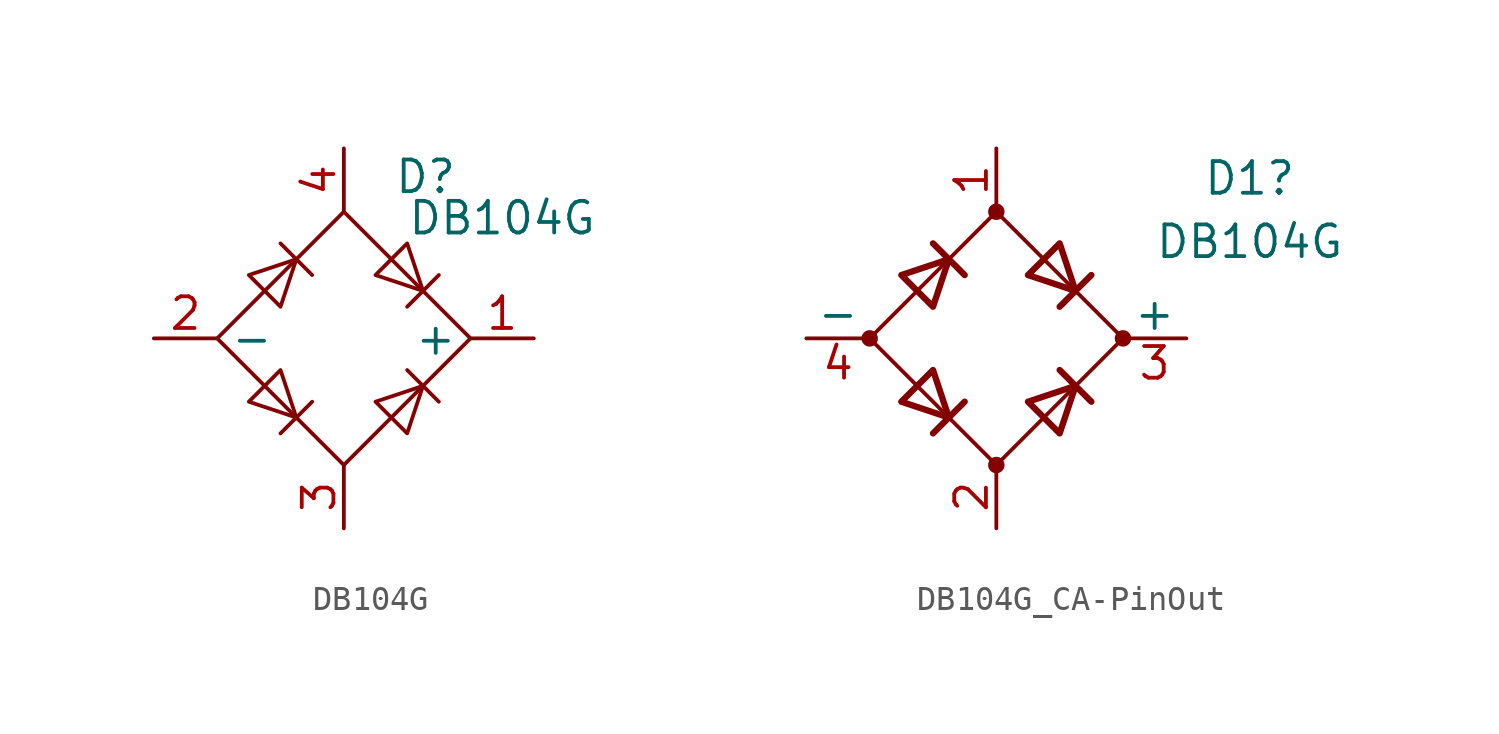
<source format=kicad_sym>
(kicad_symbol_lib
  (version 20241209)
  (generator "kicad_symbol_editor")
  (generator_version "9.0")
  (symbol "DB104G"
    (property "Reference" "D"
      (at 3.278 6.484 0)
      (effects (font (size 1.27 1.27))))
    (property "Value" "DB104G"
      (at 6.35 4.826 0)
      (effects (font (size 1.27 1.27))))
    (symbol "DB104G_0_1"
      (polyline (pts (xy -5.08 0) (xy 0 -5.08) (xy 5.08 0) (xy 0 5.08) (xy -5.08 0)) (stroke (width 0) (type default)) (fill (type none)))
      (polyline (pts (xy -3.81 2.54) (xy -2.54 1.27) (xy -1.905 3.175) (xy -3.81 2.54)) (stroke (width 0) (type default)) (fill (type none)))
      (polyline (pts (xy -2.54 3.81) (xy -1.27 2.54)) (stroke (width 0) (type default)) (fill (type none)))
      (polyline (pts (xy -2.54 -1.27) (xy -3.81 -2.54) (xy -1.905 -3.175) (xy -2.54 -1.27)) (stroke (width 0) (type default)) (fill (type none)))
      (polyline (pts (xy -1.27 -2.54) (xy -2.54 -3.81)) (stroke (width 0) (type default)) (fill (type none)))
      (polyline (pts (xy 1.27 2.54) (xy 2.54 3.81) (xy 3.175 1.905) (xy 1.27 2.54)) (stroke (width 0) (type default)) (fill (type none)))
      (polyline (pts (xy 2.54 1.27) (xy 3.81 2.54)) (stroke (width 0) (type default)) (fill (type none)))
      (polyline (pts (xy 2.54 -1.27) (xy 3.81 -2.54)) (stroke (width 0) (type default)) (fill (type none)))
      (polyline (pts (xy 3.175 -1.905) (xy 1.27 -2.54) (xy 2.54 -3.81) (xy 3.175 -1.905)) (stroke (width 0) (type default)) (fill (type none))))
    (symbol "DB104G_1_1"
      (pin passive line (at -7.62 0 0) (length 2.54) (name "-" (effects (font (size 1.27 1.27)))) (number "2" (effects (font (size 1.27 1.27)))))
      (pin passive line (at 0 7.62 270) (length 2.54) (name "~" (effects (font (size 1.27 1.27)))) (number "4" (effects (font (size 1.27 1.27)))))
      (pin passive line (at 0 -7.62 90) (length 2.54) (name "~" (effects (font (size 1.27 1.27)))) (number "3" (effects (font (size 1.27 1.27)))))
      (pin passive line (at 7.62 0 180) (length 2.54) (name "+" (effects (font (size 1.27 1.27)))) (number "1" (effects (font (size 1.27 1.27)))))))
  (symbol "DB104G_CA-PinOut"
    (pin_names
      (offset 0))
    (property "Reference" "D1"
      (at 10.16 6.42 0)
      (effects (font (size 1.27 1.27))))
    (property "Value" "DB104G"
      (at 10.16 3.88 0)
      (effects (font (size 1.27 1.27))))
    (symbol "DB104G_CA-PinOut_0_1"
      (circle (center -5.08 0) (radius 0.254) (stroke (width 0) (type default)) (fill (type outline)))
      (polyline (pts (xy -5.08 0) (xy 0 -5.08) (xy 5.08 0) (xy 0 5.08) (xy -5.08 0)) (stroke (width 0) (type default)) (fill (type none)))
      (polyline (pts (xy -3.81 2.54) (xy -2.54 1.27) (xy -1.905 3.175) (xy -3.81 2.54)) (stroke (width 0.254) (type default)) (fill (type none)))
      (polyline (pts (xy -2.54 3.81) (xy -1.27 2.54)) (stroke (width 0.254) (type default)) (fill (type none)))
      (polyline (pts (xy -2.54 -1.27) (xy -3.81 -2.54) (xy -1.905 -3.175) (xy -2.54 -1.27)) (stroke (width 0.254) (type default)) (fill (type none)))
      (polyline (pts (xy -1.27 -2.54) (xy -2.54 -3.81)) (stroke (width 0.254) (type default)) (fill (type none)))
      (circle (center 0 5.08) (radius 0.254) (stroke (width 0) (type default)) (fill (type outline)))
      (circle (center 0 -5.08) (radius 0.254) (stroke (width 0) (type default)) (fill (type outline)))
      (polyline (pts (xy 1.27 2.54) (xy 2.54 3.81) (xy 3.175 1.905) (xy 1.27 2.54)) (stroke (width 0.254) (type default)) (fill (type none)))
      (polyline (pts (xy 2.54 1.27) (xy 3.81 2.54)) (stroke (width 0.254) (type default)) (fill (type none)))
      (polyline (pts (xy 2.54 -1.27) (xy 3.81 -2.54)) (stroke (width 0.254) (type default)) (fill (type none)))
      (polyline (pts (xy 3.175 -1.905) (xy 1.27 -2.54) (xy 2.54 -3.81) (xy 3.175 -1.905)) (stroke (width 0.254) (type default)) (fill (type none)))
      (circle (center 5.08 0) (radius 0.254) (stroke (width 0) (type default)) (fill (type outline))))
    (symbol "DB104G_CA-PinOut_1_1"
      (pin passive line (at -7.62 0 0) (length 2.54) (name "-" (effects (font (size 1.27 1.27)))) (number "4" (effects (font (size 1.27 1.27)))))
      (pin passive line (at 0 7.62 270) (length 2.54) (name "~" (effects (font (size 1.27 1.27)))) (number "1" (effects (font (size 1.27 1.27)))))
      (pin passive line (at 0 -7.62 90) (length 2.54) (name "~" (effects (font (size 1.27 1.27)))) (number "2" (effects (font (size 1.27 1.27)))))
      (pin passive line (at 7.62 0 180) (length 2.54) (name "+" (effects (font (size 1.27 1.27)))) (number "3" (effects (font (size 1.27 1.27))))))))
</source>
